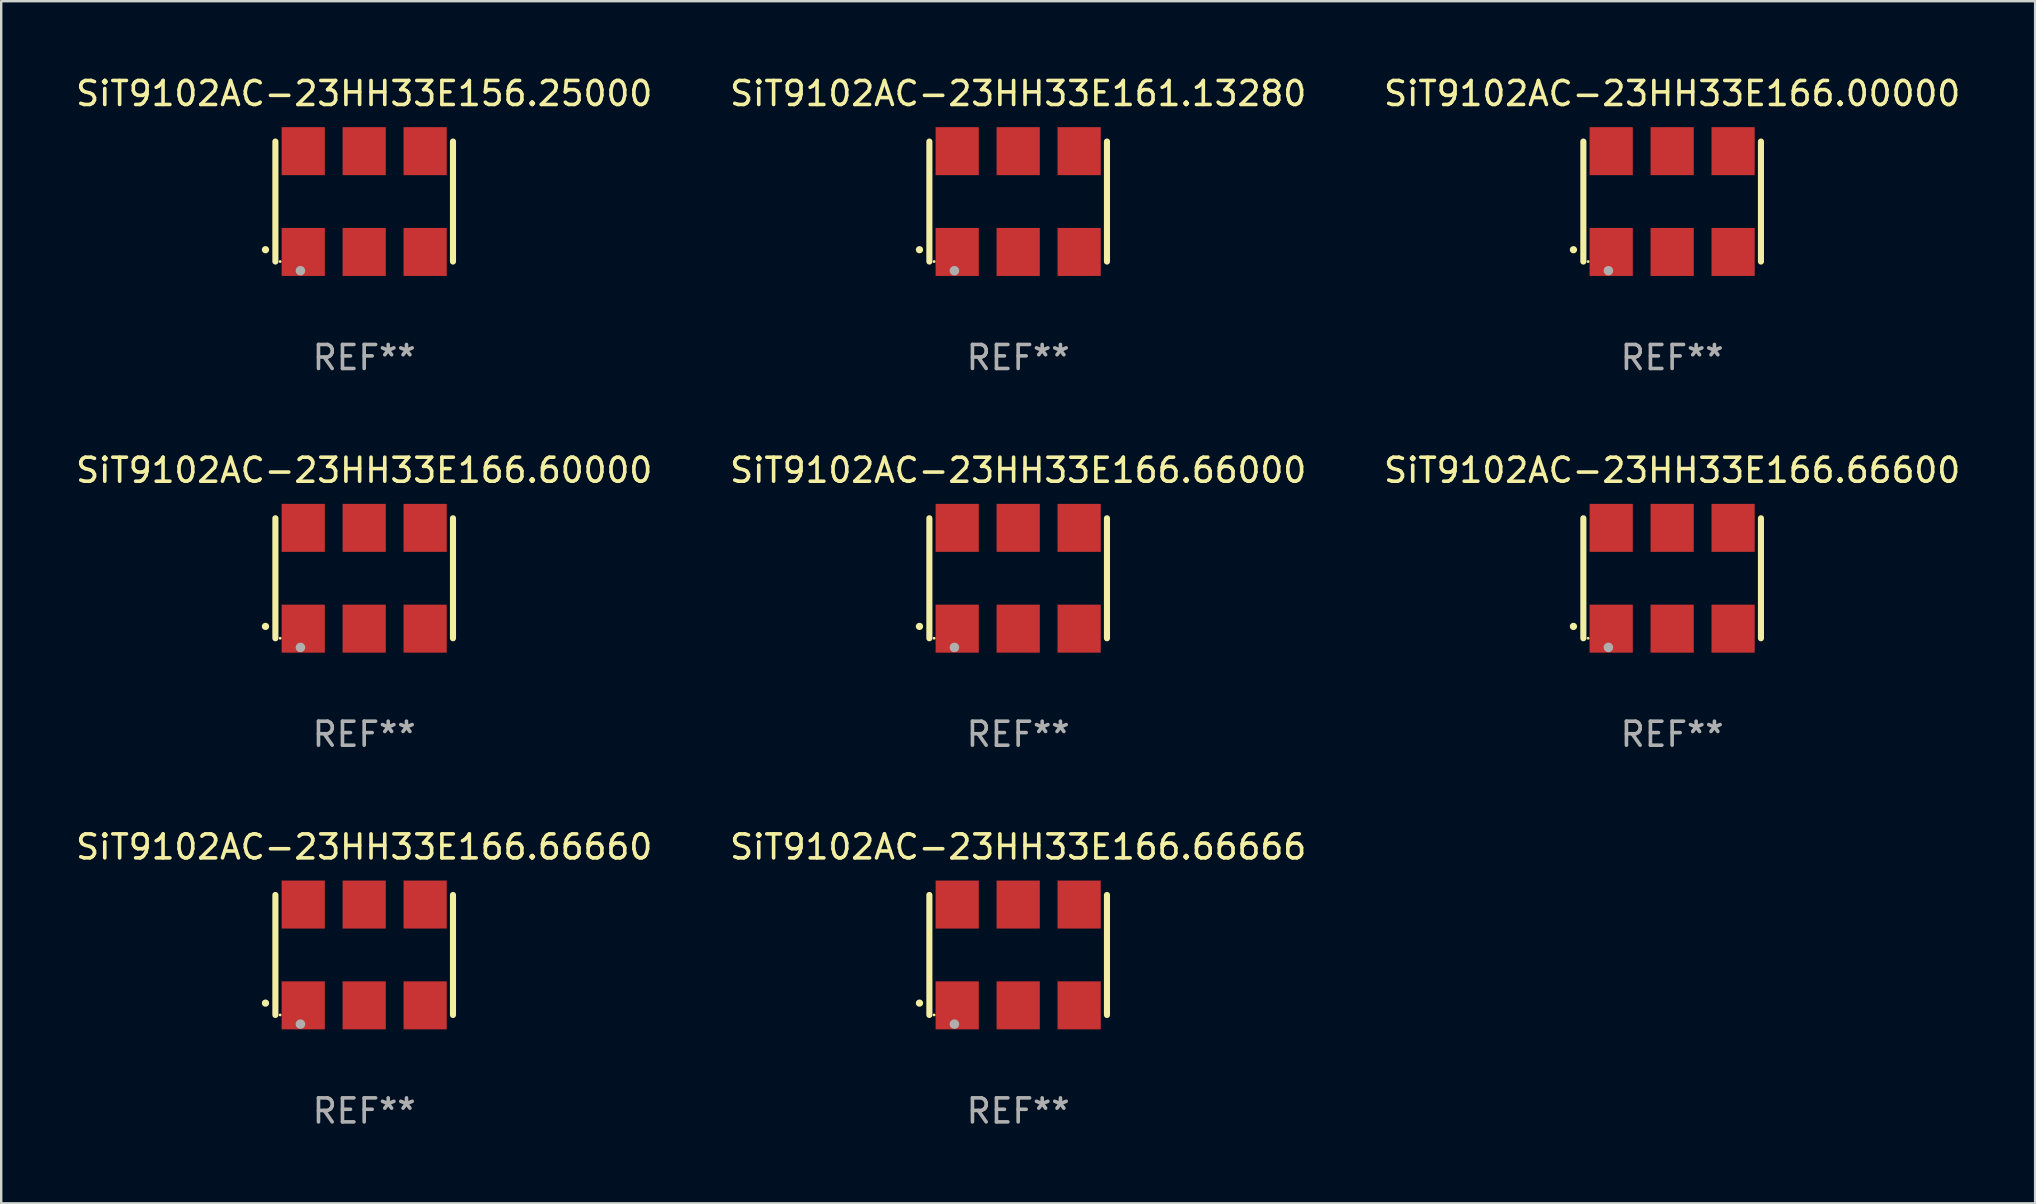
<source format=kicad_pcb>
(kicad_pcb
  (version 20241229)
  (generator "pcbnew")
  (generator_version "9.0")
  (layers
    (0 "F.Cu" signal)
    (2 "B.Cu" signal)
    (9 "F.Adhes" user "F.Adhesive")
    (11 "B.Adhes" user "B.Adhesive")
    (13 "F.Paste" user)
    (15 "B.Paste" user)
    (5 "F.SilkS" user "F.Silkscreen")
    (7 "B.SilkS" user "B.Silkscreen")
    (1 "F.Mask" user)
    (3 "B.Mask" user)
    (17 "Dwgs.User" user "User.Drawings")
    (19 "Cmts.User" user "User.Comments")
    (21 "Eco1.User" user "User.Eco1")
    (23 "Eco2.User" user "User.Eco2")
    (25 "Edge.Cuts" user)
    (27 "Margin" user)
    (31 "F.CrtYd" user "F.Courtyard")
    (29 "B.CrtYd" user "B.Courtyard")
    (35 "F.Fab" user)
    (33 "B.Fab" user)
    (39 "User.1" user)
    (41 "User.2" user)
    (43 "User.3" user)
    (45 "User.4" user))
  (footprint "SiT9102AC-23HH33E166.66666"
    (layer "F.Cu")
    (at 39.375 36.741)
    (property "Reference" "SiT9102AC-23HH33E166.66666" (at 0 -4.5 0) (layer "F.SilkS") (effects (font (size 1 1) (thickness 0.15))))
    (attr through_hole)
    (fp_line (start -3.7 -2.5) (end -3.7 2.5) (stroke (width 0.254) (type solid)) (layer "F.SilkS"))
    (fp_line (start 3.7 -2.5) (end 3.7 2.5) (stroke (width 0.254) (type solid)) (layer "F.SilkS"))
    (fp_arc (start -4.114415 2.006604) (mid -4.113145 2.006599) (end -4.111875 2.006604) (stroke (width 0.3) (type solid)) (layer "F.SilkS"))
    (fp_circle (center -3.502 2.5) (end -3.472 2.5) (stroke (width 0.06) (type solid)) (fill no) (layer "F.SilkS"))
    (fp_circle (center -2.657 2.882) (end -2.557 2.882) (stroke (width 0.2) (type solid)) (fill no) (layer "F.Fab"))
    (fp_text user "REF**" (at 0 6.5 0) (layer "F.Fab") (effects (font (size 1 1) (thickness 0.15))))
    (pad "1" smd rect (at -2.54 2.1) (size 1.8 2) (layers "F.Cu" "F.Mask" "F.Paste"))
    (pad "2" smd rect (at 0.000394 2.1) (size 1.8 2) (layers "F.Cu" "F.Mask" "F.Paste"))
    (pad "3" smd rect (at 2.54 2.1) (size 1.8 2) (layers "F.Cu" "F.Mask" "F.Paste"))
    (pad "4" smd rect (at 2.54 -2.1) (size 1.8 2) (layers "F.Cu" "F.Mask" "F.Paste"))
    (pad "5" smd rect (at 0.000394 -2.1) (size 1.8 2) (layers "F.Cu" "F.Mask" "F.Paste"))
    (pad "6" smd rect (at -2.54 -2.1) (size 1.8 2) (layers "F.Cu" "F.Mask" "F.Paste")))
  (footprint "SiT9102AC-23HH33E166.00000"
    (layer "F.Cu")
    (at 66.625 5.348)
    (property "Reference" "SiT9102AC-23HH33E166.00000" (at 0 -4.5 0) (layer "F.SilkS") (effects (font (size 1 1) (thickness 0.15))))
    (attr through_hole)
    (fp_line (start -3.7 -2.5) (end -3.7 2.5) (stroke (width 0.254) (type solid)) (layer "F.SilkS"))
    (fp_line (start 3.7 -2.5) (end 3.7 2.5) (stroke (width 0.254) (type solid)) (layer "F.SilkS"))
    (fp_arc (start -4.114415 2.006604) (mid -4.113145 2.006599) (end -4.111875 2.006604) (stroke (width 0.3) (type solid)) (layer "F.SilkS"))
    (fp_circle (center -3.502 2.5) (end -3.472 2.5) (stroke (width 0.06) (type solid)) (fill no) (layer "F.SilkS"))
    (fp_circle (center -2.657 2.882) (end -2.557 2.882) (stroke (width 0.2) (type solid)) (fill no) (layer "F.Fab"))
    (fp_text user "REF**" (at 0 6.5 0) (layer "F.Fab") (effects (font (size 1 1) (thickness 0.15))))
    (pad "1" smd rect (at -2.54 2.1) (size 1.8 2) (layers "F.Cu" "F.Mask" "F.Paste"))
    (pad "2" smd rect (at 0.000394 2.1) (size 1.8 2) (layers "F.Cu" "F.Mask" "F.Paste"))
    (pad "3" smd rect (at 2.54 2.1) (size 1.8 2) (layers "F.Cu" "F.Mask" "F.Paste"))
    (pad "4" smd rect (at 2.54 -2.1) (size 1.8 2) (layers "F.Cu" "F.Mask" "F.Paste"))
    (pad "5" smd rect (at 0.000394 -2.1) (size 1.8 2) (layers "F.Cu" "F.Mask" "F.Paste"))
    (pad "6" smd rect (at -2.54 -2.1) (size 1.8 2) (layers "F.Cu" "F.Mask" "F.Paste")))
  (footprint "SiT9102AC-23HH33E166.66660"
    (layer "F.Cu")
    (at 12.125 36.741)
    (property "Reference" "SiT9102AC-23HH33E166.66660" (at 0 -4.5 0) (layer "F.SilkS") (effects (font (size 1 1) (thickness 0.15))))
    (attr through_hole)
    (fp_line (start -3.7 -2.5) (end -3.7 2.5) (stroke (width 0.254) (type solid)) (layer "F.SilkS"))
    (fp_line (start 3.7 -2.5) (end 3.7 2.5) (stroke (width 0.254) (type solid)) (layer "F.SilkS"))
    (fp_arc (start -4.114415 2.006604) (mid -4.113145 2.006599) (end -4.111875 2.006604) (stroke (width 0.3) (type solid)) (layer "F.SilkS"))
    (fp_circle (center -3.502 2.5) (end -3.472 2.5) (stroke (width 0.06) (type solid)) (fill no) (layer "F.SilkS"))
    (fp_circle (center -2.657 2.882) (end -2.557 2.882) (stroke (width 0.2) (type solid)) (fill no) (layer "F.Fab"))
    (fp_text user "REF**" (at 0 6.5 0) (layer "F.Fab") (effects (font (size 1 1) (thickness 0.15))))
    (pad "1" smd rect (at -2.54 2.1) (size 1.8 2) (layers "F.Cu" "F.Mask" "F.Paste"))
    (pad "2" smd rect (at 0.000394 2.1) (size 1.8 2) (layers "F.Cu" "F.Mask" "F.Paste"))
    (pad "3" smd rect (at 2.54 2.1) (size 1.8 2) (layers "F.Cu" "F.Mask" "F.Paste"))
    (pad "4" smd rect (at 2.54 -2.1) (size 1.8 2) (layers "F.Cu" "F.Mask" "F.Paste"))
    (pad "5" smd rect (at 0.000394 -2.1) (size 1.8 2) (layers "F.Cu" "F.Mask" "F.Paste"))
    (pad "6" smd rect (at -2.54 -2.1) (size 1.8 2) (layers "F.Cu" "F.Mask" "F.Paste")))
  (footprint "SiT9102AC-23HH33E166.60000"
    (layer "F.Cu")
    (at 12.125 21.045)
    (property "Reference" "SiT9102AC-23HH33E166.60000" (at 0 -4.5 0) (layer "F.SilkS") (effects (font (size 1 1) (thickness 0.15))))
    (attr through_hole)
    (fp_line (start -3.7 -2.5) (end -3.7 2.5) (stroke (width 0.254) (type solid)) (layer "F.SilkS"))
    (fp_line (start 3.7 -2.5) (end 3.7 2.5) (stroke (width 0.254) (type solid)) (layer "F.SilkS"))
    (fp_arc (start -4.114415 2.006604) (mid -4.113145 2.006599) (end -4.111875 2.006604) (stroke (width 0.3) (type solid)) (layer "F.SilkS"))
    (fp_circle (center -3.502 2.5) (end -3.472 2.5) (stroke (width 0.06) (type solid)) (fill no) (layer "F.SilkS"))
    (fp_circle (center -2.657 2.882) (end -2.557 2.882) (stroke (width 0.2) (type solid)) (fill no) (layer "F.Fab"))
    (fp_text user "REF**" (at 0 6.5 0) (layer "F.Fab") (effects (font (size 1 1) (thickness 0.15))))
    (pad "1" smd rect (at -2.54 2.1) (size 1.8 2) (layers "F.Cu" "F.Mask" "F.Paste"))
    (pad "2" smd rect (at 0.000394 2.1) (size 1.8 2) (layers "F.Cu" "F.Mask" "F.Paste"))
    (pad "3" smd rect (at 2.54 2.1) (size 1.8 2) (layers "F.Cu" "F.Mask" "F.Paste"))
    (pad "4" smd rect (at 2.54 -2.1) (size 1.8 2) (layers "F.Cu" "F.Mask" "F.Paste"))
    (pad "5" smd rect (at 0.000394 -2.1) (size 1.8 2) (layers "F.Cu" "F.Mask" "F.Paste"))
    (pad "6" smd rect (at -2.54 -2.1) (size 1.8 2) (layers "F.Cu" "F.Mask" "F.Paste")))
  (footprint "SiT9102AC-23HH33E161.13280"
    (layer "F.Cu")
    (at 39.375 5.348)
    (property "Reference" "SiT9102AC-23HH33E161.13280" (at 0 -4.5 0) (layer "F.SilkS") (effects (font (size 1 1) (thickness 0.15))))
    (attr through_hole)
    (fp_line (start -3.7 -2.5) (end -3.7 2.5) (stroke (width 0.254) (type solid)) (layer "F.SilkS"))
    (fp_line (start 3.7 -2.5) (end 3.7 2.5) (stroke (width 0.254) (type solid)) (layer "F.SilkS"))
    (fp_arc (start -4.114415 2.006604) (mid -4.113145 2.006599) (end -4.111875 2.006604) (stroke (width 0.3) (type solid)) (layer "F.SilkS"))
    (fp_circle (center -3.502 2.5) (end -3.472 2.5) (stroke (width 0.06) (type solid)) (fill no) (layer "F.SilkS"))
    (fp_circle (center -2.657 2.882) (end -2.557 2.882) (stroke (width 0.2) (type solid)) (fill no) (layer "F.Fab"))
    (fp_text user "REF**" (at 0 6.5 0) (layer "F.Fab") (effects (font (size 1 1) (thickness 0.15))))
    (pad "1" smd rect (at -2.54 2.1) (size 1.8 2) (layers "F.Cu" "F.Mask" "F.Paste"))
    (pad "2" smd rect (at 0.000394 2.1) (size 1.8 2) (layers "F.Cu" "F.Mask" "F.Paste"))
    (pad "3" smd rect (at 2.54 2.1) (size 1.8 2) (layers "F.Cu" "F.Mask" "F.Paste"))
    (pad "4" smd rect (at 2.54 -2.1) (size 1.8 2) (layers "F.Cu" "F.Mask" "F.Paste"))
    (pad "5" smd rect (at 0.000394 -2.1) (size 1.8 2) (layers "F.Cu" "F.Mask" "F.Paste"))
    (pad "6" smd rect (at -2.54 -2.1) (size 1.8 2) (layers "F.Cu" "F.Mask" "F.Paste")))
  (footprint "SiT9102AC-23HH33E156.25000"
    (layer "F.Cu")
    (at 12.125 5.348)
    (property "Reference" "SiT9102AC-23HH33E156.25000" (at 0 -4.5 0) (layer "F.SilkS") (effects (font (size 1 1) (thickness 0.15))))
    (attr through_hole)
    (fp_line (start -3.7 -2.5) (end -3.7 2.5) (stroke (width 0.254) (type solid)) (layer "F.SilkS"))
    (fp_line (start 3.7 -2.5) (end 3.7 2.5) (stroke (width 0.254) (type solid)) (layer "F.SilkS"))
    (fp_arc (start -4.114415 2.006604) (mid -4.113145 2.006599) (end -4.111875 2.006604) (stroke (width 0.3) (type solid)) (layer "F.SilkS"))
    (fp_circle (center -3.502 2.5) (end -3.472 2.5) (stroke (width 0.06) (type solid)) (fill no) (layer "F.SilkS"))
    (fp_circle (center -2.657 2.882) (end -2.557 2.882) (stroke (width 0.2) (type solid)) (fill no) (layer "F.Fab"))
    (fp_text user "REF**" (at 0 6.5 0) (layer "F.Fab") (effects (font (size 1 1) (thickness 0.15))))
    (pad "1" smd rect (at -2.54 2.1) (size 1.8 2) (layers "F.Cu" "F.Mask" "F.Paste"))
    (pad "2" smd rect (at 0.000394 2.1) (size 1.8 2) (layers "F.Cu" "F.Mask" "F.Paste"))
    (pad "3" smd rect (at 2.54 2.1) (size 1.8 2) (layers "F.Cu" "F.Mask" "F.Paste"))
    (pad "4" smd rect (at 2.54 -2.1) (size 1.8 2) (layers "F.Cu" "F.Mask" "F.Paste"))
    (pad "5" smd rect (at 0.000394 -2.1) (size 1.8 2) (layers "F.Cu" "F.Mask" "F.Paste"))
    (pad "6" smd rect (at -2.54 -2.1) (size 1.8 2) (layers "F.Cu" "F.Mask" "F.Paste")))
  (footprint "SiT9102AC-23HH33E166.66600"
    (layer "F.Cu")
    (at 66.625 21.045)
    (property "Reference" "SiT9102AC-23HH33E166.66600" (at 0 -4.5 0) (layer "F.SilkS") (effects (font (size 1 1) (thickness 0.15))))
    (attr through_hole)
    (fp_line (start -3.7 -2.5) (end -3.7 2.5) (stroke (width 0.254) (type solid)) (layer "F.SilkS"))
    (fp_line (start 3.7 -2.5) (end 3.7 2.5) (stroke (width 0.254) (type solid)) (layer "F.SilkS"))
    (fp_arc (start -4.114415 2.006604) (mid -4.113145 2.006599) (end -4.111875 2.006604) (stroke (width 0.3) (type solid)) (layer "F.SilkS"))
    (fp_circle (center -3.502 2.5) (end -3.472 2.5) (stroke (width 0.06) (type solid)) (fill no) (layer "F.SilkS"))
    (fp_circle (center -2.657 2.882) (end -2.557 2.882) (stroke (width 0.2) (type solid)) (fill no) (layer "F.Fab"))
    (fp_text user "REF**" (at 0 6.5 0) (layer "F.Fab") (effects (font (size 1 1) (thickness 0.15))))
    (pad "1" smd rect (at -2.54 2.1) (size 1.8 2) (layers "F.Cu" "F.Mask" "F.Paste"))
    (pad "2" smd rect (at 0.000394 2.1) (size 1.8 2) (layers "F.Cu" "F.Mask" "F.Paste"))
    (pad "3" smd rect (at 2.54 2.1) (size 1.8 2) (layers "F.Cu" "F.Mask" "F.Paste"))
    (pad "4" smd rect (at 2.54 -2.1) (size 1.8 2) (layers "F.Cu" "F.Mask" "F.Paste"))
    (pad "5" smd rect (at 0.000394 -2.1) (size 1.8 2) (layers "F.Cu" "F.Mask" "F.Paste"))
    (pad "6" smd rect (at -2.54 -2.1) (size 1.8 2) (layers "F.Cu" "F.Mask" "F.Paste")))
  (footprint "SiT9102AC-23HH33E166.66000"
    (layer "F.Cu")
    (at 39.375 21.045)
    (property "Reference" "SiT9102AC-23HH33E166.66000" (at 0 -4.5 0) (layer "F.SilkS") (effects (font (size 1 1) (thickness 0.15))))
    (attr through_hole)
    (fp_line (start -3.7 -2.5) (end -3.7 2.5) (stroke (width 0.254) (type solid)) (layer "F.SilkS"))
    (fp_line (start 3.7 -2.5) (end 3.7 2.5) (stroke (width 0.254) (type solid)) (layer "F.SilkS"))
    (fp_arc (start -4.114415 2.006604) (mid -4.113145 2.006599) (end -4.111875 2.006604) (stroke (width 0.3) (type solid)) (layer "F.SilkS"))
    (fp_circle (center -3.502 2.5) (end -3.472 2.5) (stroke (width 0.06) (type solid)) (fill no) (layer "F.SilkS"))
    (fp_circle (center -2.657 2.882) (end -2.557 2.882) (stroke (width 0.2) (type solid)) (fill no) (layer "F.Fab"))
    (fp_text user "REF**" (at 0 6.5 0) (layer "F.Fab") (effects (font (size 1 1) (thickness 0.15))))
    (pad "1" smd rect (at -2.54 2.1) (size 1.8 2) (layers "F.Cu" "F.Mask" "F.Paste"))
    (pad "2" smd rect (at 0.000394 2.1) (size 1.8 2) (layers "F.Cu" "F.Mask" "F.Paste"))
    (pad "3" smd rect (at 2.54 2.1) (size 1.8 2) (layers "F.Cu" "F.Mask" "F.Paste"))
    (pad "4" smd rect (at 2.54 -2.1) (size 1.8 2) (layers "F.Cu" "F.Mask" "F.Paste"))
    (pad "5" smd rect (at 0.000394 -2.1) (size 1.8 2) (layers "F.Cu" "F.Mask" "F.Paste"))
    (pad "6" smd rect (at -2.54 -2.1) (size 1.8 2) (layers "F.Cu" "F.Mask" "F.Paste")))
  (gr_rect
    (start -3 -3)
    (end 81.75 47.09)
    (stroke (width 0.1) (type default))
    (fill no)
    (layer "Edge.Cuts")))
</source>
